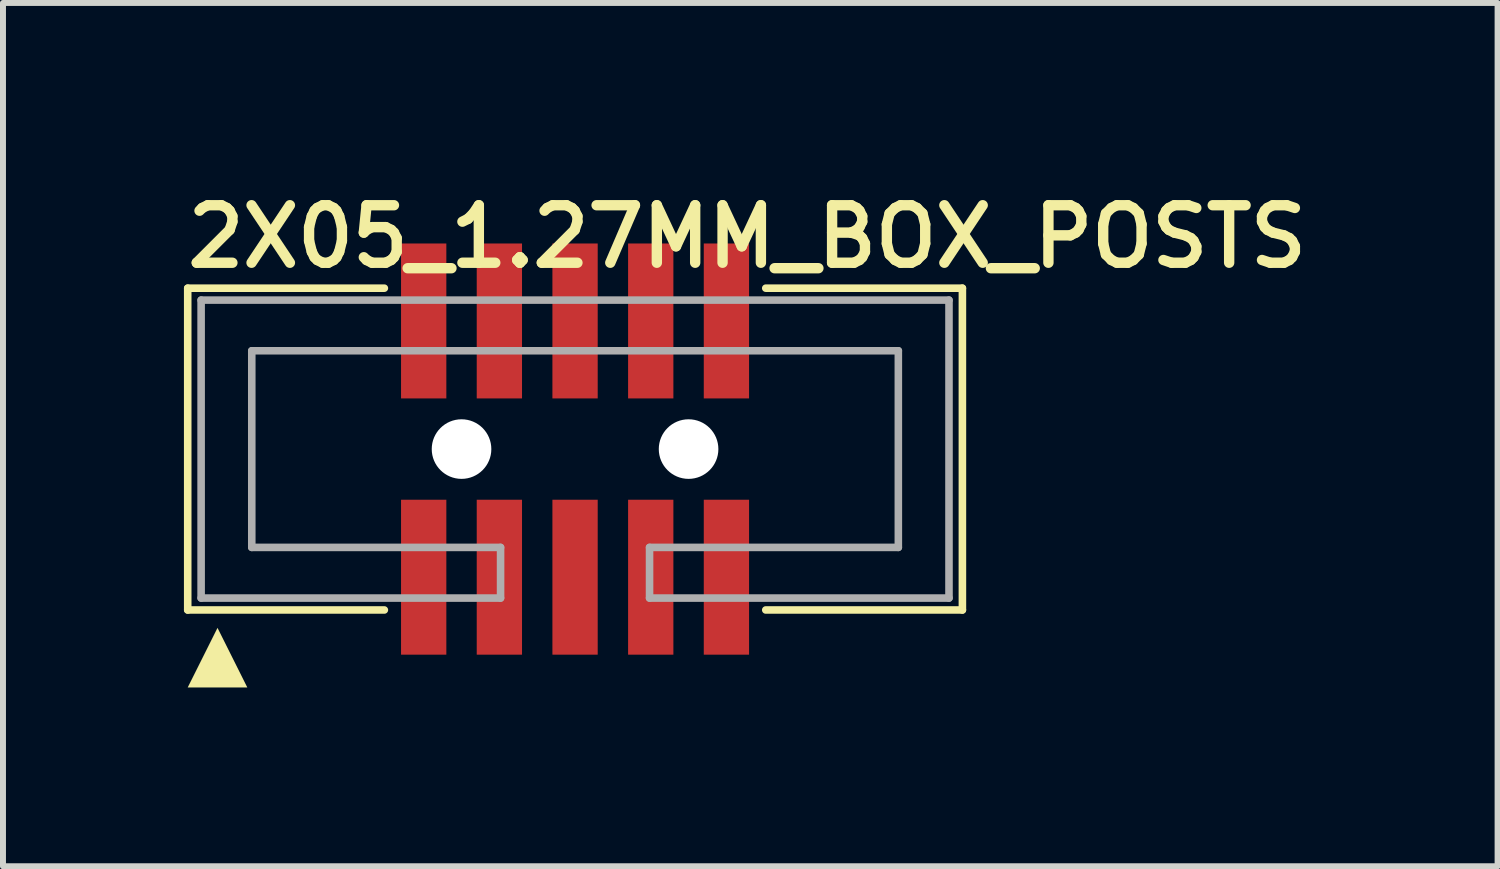
<source format=kicad_pcb>
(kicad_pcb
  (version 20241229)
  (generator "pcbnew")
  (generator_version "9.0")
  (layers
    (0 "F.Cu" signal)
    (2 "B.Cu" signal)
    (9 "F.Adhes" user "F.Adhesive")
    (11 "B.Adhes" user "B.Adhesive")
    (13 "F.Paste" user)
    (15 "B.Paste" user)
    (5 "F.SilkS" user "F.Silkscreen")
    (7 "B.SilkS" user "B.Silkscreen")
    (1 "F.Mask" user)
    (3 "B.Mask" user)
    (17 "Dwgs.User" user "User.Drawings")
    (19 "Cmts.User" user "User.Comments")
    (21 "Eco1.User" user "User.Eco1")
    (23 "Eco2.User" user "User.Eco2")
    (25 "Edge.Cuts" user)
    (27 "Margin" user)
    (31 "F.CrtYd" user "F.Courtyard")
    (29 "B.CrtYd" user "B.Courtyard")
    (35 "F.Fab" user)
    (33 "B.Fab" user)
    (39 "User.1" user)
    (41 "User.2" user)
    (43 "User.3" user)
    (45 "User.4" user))
  (footprint "2X05_1.27MM_BOX_POSTS"
    (layer "F.Cu")
    (at 6.6 4.486)
    (property "Reference" "2X05_1.27MM_BOX_POSTS" (at -6.6 -3 0) (layer "F.SilkS") (effects (font (size 0.965 0.965) (thickness 0.174)) (justify left bottom)))
    (attr through_hole)
    (fp_line (start -6.5 -2.7) (end -6.5 2.7) (stroke (width 0.127) (type solid)) (layer "F.SilkS"))
    (fp_line (start -6.5 2.7) (end -3.2 2.7) (stroke (width 0.127) (type solid)) (layer "F.SilkS"))
    (fp_line (start -3.2 -2.7) (end -6.5 -2.7) (stroke (width 0.127) (type solid)) (layer "F.SilkS"))
    (fp_line (start 3.2 -2.7) (end 6.5 -2.7) (stroke (width 0.127) (type solid)) (layer "F.SilkS"))
    (fp_line (start 6.5 -2.7) (end 6.5 2.7) (stroke (width 0.127) (type solid)) (layer "F.SilkS"))
    (fp_line (start 6.5 2.7) (end 3.2 2.7) (stroke (width 0.127) (type solid)) (layer "F.SilkS"))
    (fp_poly (pts (xy -6.5 4) (xy -5.5 4) (xy -6 3)) (stroke (width 0) (type solid)) (fill yes) (layer "F.SilkS"))
    (fp_line (start -6.275 -2.5) (end 6.275 -2.5) (stroke (width 0.127) (type solid)) (layer "F.Fab"))
    (fp_line (start -6.275 2.5) (end -6.275 -2.5) (stroke (width 0.127) (type solid)) (layer "F.Fab"))
    (fp_line (start -5.425 -1.65) (end 5.425 -1.65) (stroke (width 0.127) (type solid)) (layer "F.Fab"))
    (fp_line (start -5.425 1.65) (end -5.425 -1.65) (stroke (width 0.127) (type solid)) (layer "F.Fab"))
    (fp_line (start -1.25 1.65) (end -5.425 1.65) (stroke (width 0.127) (type solid)) (layer "F.Fab"))
    (fp_line (start -1.25 1.65) (end -1.25 2.5) (stroke (width 0.127) (type solid)) (layer "F.Fab"))
    (fp_line (start -1.25 2.5) (end -6.275 2.5) (stroke (width 0.127) (type solid)) (layer "F.Fab"))
    (fp_line (start 1.25 1.65) (end 1.25 2.5) (stroke (width 0.127) (type solid)) (layer "F.Fab"))
    (fp_line (start 5.425 -1.65) (end 5.425 1.65) (stroke (width 0.127) (type solid)) (layer "F.Fab"))
    (fp_line (start 5.425 1.65) (end 1.25 1.65) (stroke (width 0.127) (type solid)) (layer "F.Fab"))
    (fp_line (start 6.275 -2.5) (end 6.275 2.5) (stroke (width 0.127) (type solid)) (layer "F.Fab"))
    (fp_line (start 6.275 2.5) (end 1.25 2.5) (stroke (width 0.127) (type solid)) (layer "F.Fab"))
    (pad "" np_thru_hole circle (at -1.905 0) (size 1 1) (drill 1) (layers "*.Cu" "*.Mask"))
    (pad "" np_thru_hole circle (at 1.905 0) (size 1 1) (drill 1) (layers "*.Cu" "*.Mask"))
    (pad "1" smd rect (at -2.54 2.15) (size 0.76 2.6) (layers "F.Cu" "F.Mask" "F.Paste"))
    (pad "2" smd rect (at -2.54 -2.15) (size 0.76 2.6) (layers "F.Cu" "F.Mask" "F.Paste"))
    (pad "3" smd rect (at -1.27 2.15) (size 0.76 2.6) (layers "F.Cu" "F.Mask" "F.Paste"))
    (pad "4" smd rect (at -1.27 -2.15) (size 0.76 2.6) (layers "F.Cu" "F.Mask" "F.Paste"))
    (pad "5" smd rect (at 0 2.15) (size 0.76 2.6) (layers "F.Cu" "F.Mask" "F.Paste"))
    (pad "6" smd rect (at 0 -2.15) (size 0.76 2.6) (layers "F.Cu" "F.Mask" "F.Paste"))
    (pad "7" smd rect (at 1.27 2.15) (size 0.76 2.6) (layers "F.Cu" "F.Mask" "F.Paste"))
    (pad "8" smd rect (at 1.27 -2.15) (size 0.76 2.6) (layers "F.Cu" "F.Mask" "F.Paste"))
    (pad "9" smd rect (at 2.54 2.15) (size 0.76 2.6) (layers "F.Cu" "F.Mask" "F.Paste"))
    (pad "10" smd rect (at 2.54 -2.15) (size 0.76 2.6) (layers "F.Cu" "F.Mask" "F.Paste")))
  (gr_rect
    (start -3 -3)
    (end 22.081 11.486)
    (stroke (width 0.1) (type default))
    (fill no)
    (layer "Edge.Cuts")))
</source>
